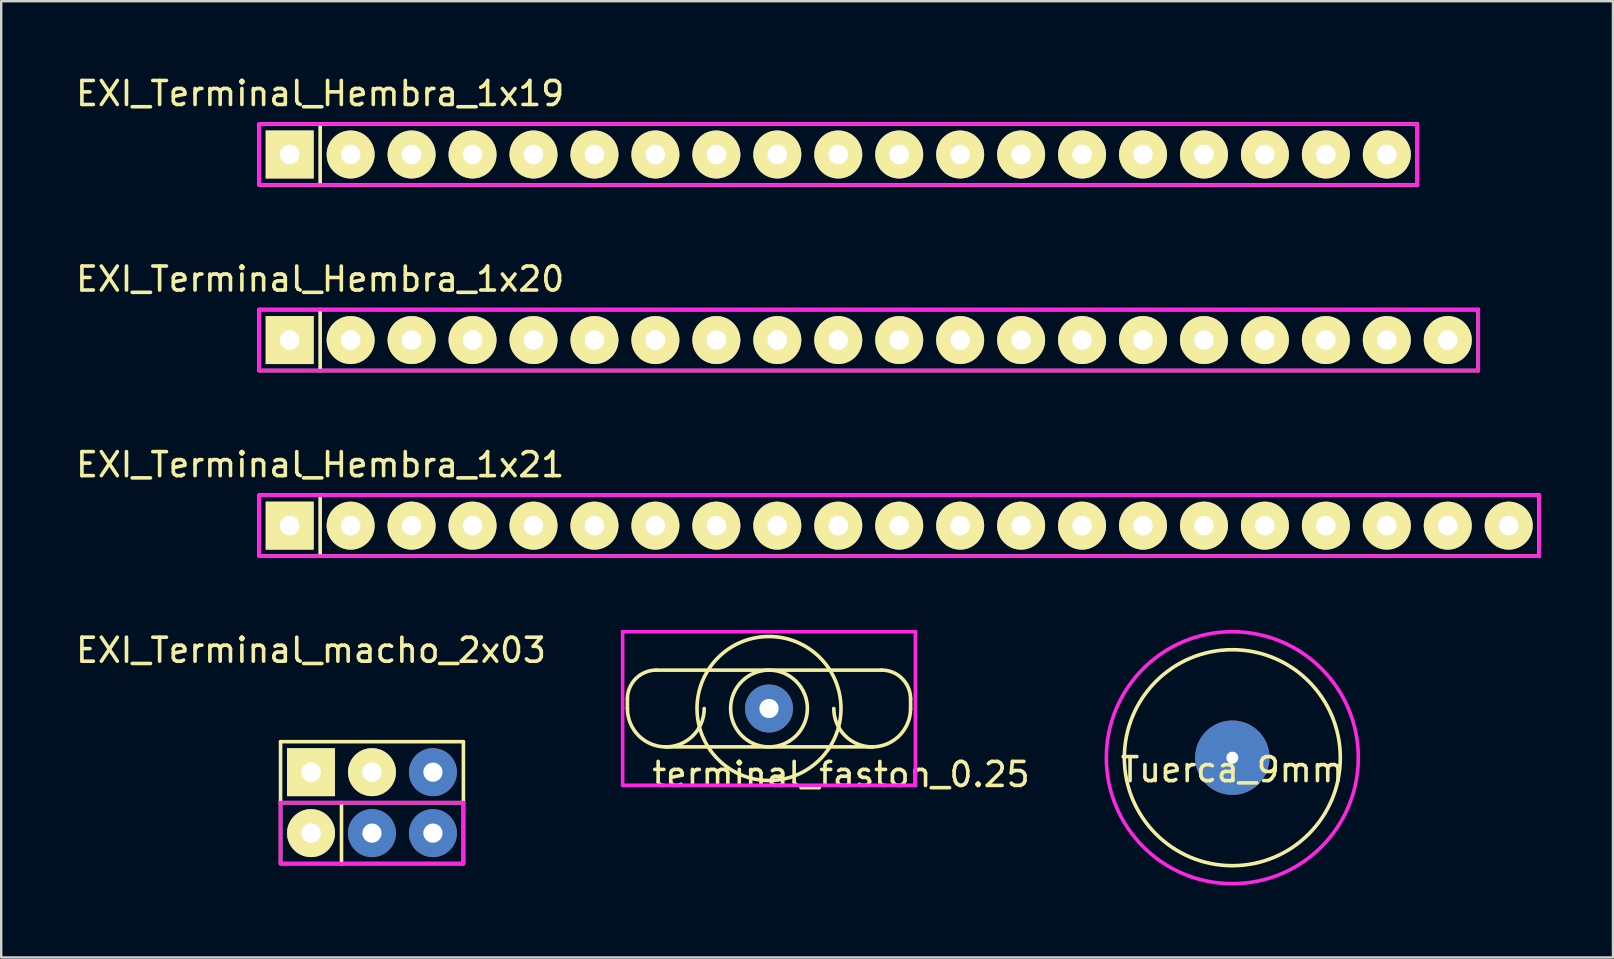
<source format=kicad_pcb>
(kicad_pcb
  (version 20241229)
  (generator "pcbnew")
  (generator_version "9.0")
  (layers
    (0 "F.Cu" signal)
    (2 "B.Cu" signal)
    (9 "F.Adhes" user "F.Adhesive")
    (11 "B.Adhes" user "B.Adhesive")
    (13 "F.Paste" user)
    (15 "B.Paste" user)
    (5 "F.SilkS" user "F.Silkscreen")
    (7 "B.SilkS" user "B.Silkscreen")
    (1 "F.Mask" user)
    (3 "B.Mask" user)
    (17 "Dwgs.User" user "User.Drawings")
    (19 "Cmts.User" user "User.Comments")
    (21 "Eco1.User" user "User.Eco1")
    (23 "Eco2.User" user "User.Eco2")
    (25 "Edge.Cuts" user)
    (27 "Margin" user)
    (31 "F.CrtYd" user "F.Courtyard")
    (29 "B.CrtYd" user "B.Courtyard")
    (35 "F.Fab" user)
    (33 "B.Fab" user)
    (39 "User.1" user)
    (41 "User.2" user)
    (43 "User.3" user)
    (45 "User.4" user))
  (footprint "EXI_Terminal_macho_2x03"
    (layer "F.Cu")
    (at 12.451 31.668)
    (property "Reference" "EXI_Terminal_macho_2x03" (at -2.54 -7.62 0) (layer "F.SilkS") (effects (font (size 1 1) (thickness 0.15))))
    (attr through_hole)
    (fp_line (start -3.81 -3.81) (end -3.81 -1.27) (stroke (width 0.15) (type solid)) (layer "F.SilkS"))
    (fp_line (start -3.81 -3.81) (end 3.81 -3.81) (stroke (width 0.15) (type solid)) (layer "F.SilkS"))
    (fp_line (start -3.81 -1.27) (end -3.81 1.27) (stroke (width 0.15) (type solid)) (layer "F.SilkS"))
    (fp_line (start -3.81 1.27) (end -1.27 1.27) (stroke (width 0.15) (type solid)) (layer "F.SilkS"))
    (fp_line (start -1.27 -1.27) (end -3.81 -1.27) (stroke (width 0.15) (type solid)) (layer "F.SilkS"))
    (fp_line (start -1.27 -1.27) (end 3.81 -1.27) (stroke (width 0.15) (type solid)) (layer "F.SilkS"))
    (fp_line (start -1.27 1.27) (end -1.27 -1.27) (stroke (width 0.15) (type solid)) (layer "F.SilkS"))
    (fp_line (start 3.81 -3.81) (end 3.81 -1.27) (stroke (width 0.15) (type solid)) (layer "F.SilkS"))
    (fp_line (start 3.81 -1.27) (end 3.81 1.27) (stroke (width 0.15) (type solid)) (layer "F.SilkS"))
    (fp_line (start 3.81 1.27) (end -1.27 1.27) (stroke (width 0.15) (type solid)) (layer "F.SilkS"))
    (fp_line (start -3.81 -1.27) (end 3.81 -1.27) (stroke (width 0.15) (type solid)) (layer "F.CrtYd"))
    (fp_line (start -3.81 1.27) (end -3.81 -1.27) (stroke (width 0.15) (type solid)) (layer "F.CrtYd"))
    (fp_line (start 3.81 1.27) (end -3.81 1.27) (stroke (width 0.15) (type solid)) (layer "F.CrtYd"))
    (fp_line (start 3.81 1.27) (end 3.81 -1.27) (stroke (width 0.15) (type solid)) (layer "F.CrtYd"))
    (fp_line (start 3.81 1.27) (end 3.81 -1.27) (stroke (width 0.15) (type solid)) (layer "F.CrtYd"))
    (pad "1" thru_hole rect (at -2.54 -2.54) (size 1.999 1.999) (drill 0.813) (layers "*.Cu" "*.Mask" "F.SilkS"))
    (pad "2" thru_hole circle (at -2.54 0) (size 1.999 1.999) (drill 0.813) (layers "*.Cu" "*.Mask" "F.SilkS"))
    (pad "3" thru_hole circle (at 0 -2.54) (size 1.999 1.999) (drill 0.813) (layers "*.Cu" "*.Mask" "F.SilkS"))
    (pad "4" thru_hole circle (at 0 0) (size 2 2) (drill 0.8) (layers "*.Cu" "*.Mask"))
    (pad "5" thru_hole circle (at 2.54 -2.54) (size 2 2) (drill 0.8) (layers "*.Cu" "*.Mask"))
    (pad "6" thru_hole circle (at 2.54 0) (size 2 2) (drill 0.8) (layers "*.Cu" "*.Mask")))
  (footprint "Tuerca_9mm"
    (layer "F.Cu")
    (at 48.304 28.525)
    (property "Reference" "Tuerca_9mm" (at 0 0.5 0) (layer "F.SilkS") (effects (font (size 1 1) (thickness 0.15))))
    (attr through_hole)
    (fp_circle (center 0 0) (end 4.5 0) (stroke (width 0.15) (type solid)) (fill no) (layer "F.SilkS"))
    (fp_circle (center 0 0) (end 5.25 0) (stroke (width 0.15) (type solid)) (fill no) (layer "F.CrtYd"))
    (pad "1" thru_hole circle (at 0 0) (size 3.1 3.1) (drill 0.5) (layers "*.Mask" "B.Cu")))
  (footprint "EXI_Terminal_Hembra_1x21"
    (layer "F.Cu")
    (at 34.422 18.855)
    (property "Reference" "EXI_Terminal_Hembra_1x21" (at -24.13 -2.54 0) (layer "F.SilkS") (effects (font (size 1 1) (thickness 0.15))))
    (attr through_hole)
    (fp_line (start -26.67 -1.27) (end -26.67 1.27) (stroke (width 0.15) (type solid)) (layer "F.SilkS"))
    (fp_line (start -26.67 1.27) (end -24.13 1.27) (stroke (width 0.15) (type solid)) (layer "F.SilkS"))
    (fp_line (start -24.13 -1.27) (end -26.67 -1.27) (stroke (width 0.15) (type solid)) (layer "F.SilkS"))
    (fp_line (start -24.13 1.27) (end -24.13 -1.27) (stroke (width 0.15) (type solid)) (layer "F.SilkS"))
    (fp_line (start -24.13 1.27) (end 26.67 1.27) (stroke (width 0.15) (type solid)) (layer "F.SilkS"))
    (fp_line (start 26.67 -1.27) (end -24.13 -1.27) (stroke (width 0.15) (type solid)) (layer "F.SilkS"))
    (fp_line (start 26.67 -1.27) (end 26.67 1.27) (stroke (width 0.15) (type solid)) (layer "F.SilkS"))
    (fp_line (start -26.67 -1.27) (end 26.67 -1.27) (stroke (width 0.15) (type solid)) (layer "F.CrtYd"))
    (fp_line (start -26.67 1.27) (end -26.67 -1.27) (stroke (width 0.15) (type solid)) (layer "F.CrtYd"))
    (fp_line (start 26.67 1.27) (end -26.67 1.27) (stroke (width 0.15) (type solid)) (layer "F.CrtYd"))
    (fp_line (start 26.67 1.27) (end 26.67 -1.27) (stroke (width 0.15) (type solid)) (layer "F.CrtYd"))
    (pad "1" thru_hole rect (at -25.4 0) (size 1.999 1.999) (drill 0.813) (layers "*.Cu" "*.Mask" "F.SilkS"))
    (pad "2" thru_hole circle (at -22.86 0) (size 1.999 1.999) (drill 0.813) (layers "*.Cu" "*.Mask" "F.SilkS"))
    (pad "3" thru_hole circle (at -20.32 0) (size 1.999 1.999) (drill 0.813) (layers "*.Cu" "*.Mask" "F.SilkS"))
    (pad "4" thru_hole circle (at -17.78 0) (size 1.999 1.999) (drill 0.813) (layers "*.Cu" "*.Mask" "F.SilkS"))
    (pad "5" thru_hole circle (at -15.24 0) (size 1.999 1.999) (drill 0.813) (layers "*.Cu" "*.Mask" "F.SilkS"))
    (pad "6" thru_hole circle (at -12.7 0) (size 1.999 1.999) (drill 0.813) (layers "*.Cu" "*.Mask" "F.SilkS"))
    (pad "7" thru_hole circle (at -10.16 0) (size 1.999 1.999) (drill 0.813) (layers "*.Cu" "*.Mask" "F.SilkS"))
    (pad "8" thru_hole circle (at -7.62 0) (size 1.999 1.999) (drill 0.813) (layers "*.Cu" "*.Mask" "F.SilkS"))
    (pad "9" thru_hole circle (at -5.08 0) (size 1.999 1.999) (drill 0.813) (layers "*.Cu" "*.Mask" "F.SilkS"))
    (pad "10" thru_hole circle (at -2.54 0) (size 1.999 1.999) (drill 0.813) (layers "*.Cu" "*.Mask" "F.SilkS"))
    (pad "11" thru_hole circle (at 0 0) (size 1.999 1.999) (drill 0.813) (layers "*.Cu" "*.Mask" "F.SilkS"))
    (pad "12" thru_hole circle (at 2.54 0) (size 1.999 1.999) (drill 0.813) (layers "*.Cu" "*.Mask" "F.SilkS"))
    (pad "13" thru_hole circle (at 5.08 0) (size 1.999 1.999) (drill 0.813) (layers "*.Cu" "*.Mask" "F.SilkS"))
    (pad "14" thru_hole circle (at 7.62 0) (size 1.999 1.999) (drill 0.813) (layers "*.Cu" "*.Mask" "F.SilkS"))
    (pad "15" thru_hole circle (at 10.16 0) (size 1.999 1.999) (drill 0.813) (layers "*.Cu" "*.Mask" "F.SilkS"))
    (pad "16" thru_hole circle (at 12.7 0) (size 1.999 1.999) (drill 0.813) (layers "*.Cu" "*.Mask" "F.SilkS"))
    (pad "17" thru_hole circle (at 15.24 0) (size 1.999 1.999) (drill 0.813) (layers "*.Cu" "*.Mask" "F.SilkS"))
    (pad "18" thru_hole circle (at 17.78 0) (size 1.999 1.999) (drill 0.813) (layers "*.Cu" "*.Mask" "F.SilkS"))
    (pad "19" thru_hole circle (at 20.32 0) (size 1.999 1.999) (drill 0.813) (layers "*.Cu" "*.Mask" "F.SilkS"))
    (pad "20" thru_hole circle (at 22.86 0) (size 1.999 1.999) (drill 0.813) (layers "*.Cu" "*.Mask" "F.SilkS"))
    (pad "21" thru_hole circle (at 25.4 0) (size 1.999 1.999) (drill 0.813) (layers "*.Cu" "*.Mask" "F.SilkS")))
  (footprint "EXI_Terminal_Hembra_1x20"
    (layer "F.Cu")
    (at 33.152 11.121)
    (property "Reference" "EXI_Terminal_Hembra_1x20" (at -22.86 -2.54 0) (layer "F.SilkS") (effects (font (size 1 1) (thickness 0.15))))
    (attr through_hole)
    (fp_line (start -25.4 -1.27) (end -25.4 1.27) (stroke (width 0.15) (type solid)) (layer "F.SilkS"))
    (fp_line (start -25.4 1.27) (end -22.86 1.27) (stroke (width 0.15) (type solid)) (layer "F.SilkS"))
    (fp_line (start -22.86 -1.27) (end -25.4 -1.27) (stroke (width 0.15) (type solid)) (layer "F.SilkS"))
    (fp_line (start -22.86 -1.27) (end 25.4 -1.27) (stroke (width 0.15) (type solid)) (layer "F.SilkS"))
    (fp_line (start -22.86 1.27) (end -22.86 -1.27) (stroke (width 0.15) (type solid)) (layer "F.SilkS"))
    (fp_line (start 25.4 -1.27) (end 25.4 1.27) (stroke (width 0.15) (type solid)) (layer "F.SilkS"))
    (fp_line (start 25.4 1.27) (end -22.86 1.27) (stroke (width 0.15) (type solid)) (layer "F.SilkS"))
    (fp_line (start -25.4 -1.27) (end 25.4 -1.27) (stroke (width 0.15) (type solid)) (layer "F.CrtYd"))
    (fp_line (start -25.4 1.27) (end -25.4 -1.27) (stroke (width 0.15) (type solid)) (layer "F.CrtYd"))
    (fp_line (start 25.4 1.27) (end -25.4 1.27) (stroke (width 0.15) (type solid)) (layer "F.CrtYd"))
    (fp_line (start 25.4 1.27) (end 25.4 -1.27) (stroke (width 0.15) (type solid)) (layer "F.CrtYd"))
    (pad "1" thru_hole rect (at -24.13 0) (size 1.999 1.999) (drill 0.813) (layers "*.Cu" "*.Mask" "F.SilkS"))
    (pad "2" thru_hole circle (at -21.59 0) (size 1.999 1.999) (drill 0.813) (layers "*.Cu" "*.Mask" "F.SilkS"))
    (pad "3" thru_hole circle (at -19.05 0) (size 1.999 1.999) (drill 0.813) (layers "*.Cu" "*.Mask" "F.SilkS"))
    (pad "4" thru_hole circle (at -16.51 0) (size 1.999 1.999) (drill 0.813) (layers "*.Cu" "*.Mask" "F.SilkS"))
    (pad "5" thru_hole circle (at -13.97 0) (size 1.999 1.999) (drill 0.813) (layers "*.Cu" "*.Mask" "F.SilkS"))
    (pad "6" thru_hole circle (at -11.43 0) (size 1.999 1.999) (drill 0.813) (layers "*.Cu" "*.Mask" "F.SilkS"))
    (pad "7" thru_hole circle (at -8.89 0) (size 1.999 1.999) (drill 0.813) (layers "*.Cu" "*.Mask" "F.SilkS"))
    (pad "8" thru_hole circle (at -6.35 0) (size 1.999 1.999) (drill 0.813) (layers "*.Cu" "*.Mask" "F.SilkS"))
    (pad "9" thru_hole circle (at -3.81 0) (size 1.999 1.999) (drill 0.813) (layers "*.Cu" "*.Mask" "F.SilkS"))
    (pad "10" thru_hole circle (at -1.27 0) (size 1.999 1.999) (drill 0.813) (layers "*.Cu" "*.Mask" "F.SilkS"))
    (pad "11" thru_hole circle (at 1.27 0) (size 1.999 1.999) (drill 0.813) (layers "*.Cu" "*.Mask" "F.SilkS"))
    (pad "12" thru_hole circle (at 3.81 0) (size 1.999 1.999) (drill 0.813) (layers "*.Cu" "*.Mask" "F.SilkS"))
    (pad "13" thru_hole circle (at 6.35 0) (size 1.999 1.999) (drill 0.813) (layers "*.Cu" "*.Mask" "F.SilkS"))
    (pad "14" thru_hole circle (at 8.89 0) (size 1.999 1.999) (drill 0.813) (layers "*.Cu" "*.Mask" "F.SilkS"))
    (pad "15" thru_hole circle (at 11.43 0) (size 1.999 1.999) (drill 0.813) (layers "*.Cu" "*.Mask" "F.SilkS"))
    (pad "16" thru_hole circle (at 13.97 0) (size 1.999 1.999) (drill 0.813) (layers "*.Cu" "*.Mask" "F.SilkS"))
    (pad "17" thru_hole circle (at 16.51 0) (size 1.999 1.999) (drill 0.813) (layers "*.Cu" "*.Mask" "F.SilkS"))
    (pad "18" thru_hole circle (at 19.05 0) (size 1.999 1.999) (drill 0.813) (layers "*.Cu" "*.Mask" "F.SilkS"))
    (pad "19" thru_hole circle (at 21.59 0) (size 1.999 1.999) (drill 0.813) (layers "*.Cu" "*.Mask" "F.SilkS"))
    (pad "20" thru_hole circle (at 24.13 0) (size 1.999 1.999) (drill 0.813) (layers "*.Cu" "*.Mask" "F.SilkS")))
  (footprint "EXI_Terminal_Hembra_1x19"
    (layer "F.Cu")
    (at 31.882 3.388)
    (property "Reference" "EXI_Terminal_Hembra_1x19" (at -21.59 -2.54 0) (layer "F.SilkS") (effects (font (size 1 1) (thickness 0.15))))
    (attr through_hole)
    (fp_line (start -24.13 -1.27) (end -24.13 1.27) (stroke (width 0.15) (type solid)) (layer "F.SilkS"))
    (fp_line (start -24.13 1.27) (end -21.59 1.27) (stroke (width 0.15) (type solid)) (layer "F.SilkS"))
    (fp_line (start -21.59 -1.27) (end -24.13 -1.27) (stroke (width 0.15) (type solid)) (layer "F.SilkS"))
    (fp_line (start -21.59 -1.27) (end 24.13 -1.27) (stroke (width 0.15) (type solid)) (layer "F.SilkS"))
    (fp_line (start -21.59 1.27) (end -21.59 -1.27) (stroke (width 0.15) (type solid)) (layer "F.SilkS"))
    (fp_line (start -20.32 1.27) (end -21.59 1.27) (stroke (width 0.15) (type solid)) (layer "F.SilkS"))
    (fp_line (start 24.13 -1.27) (end 24.13 1.27) (stroke (width 0.15) (type solid)) (layer "F.SilkS"))
    (fp_line (start 24.13 1.27) (end -20.32 1.27) (stroke (width 0.15) (type solid)) (layer "F.SilkS"))
    (fp_line (start -24.13 -1.27) (end 24.13 -1.27) (stroke (width 0.15) (type solid)) (layer "F.CrtYd"))
    (fp_line (start -24.13 1.27) (end -24.13 -1.27) (stroke (width 0.15) (type solid)) (layer "F.CrtYd"))
    (fp_line (start 24.13 1.27) (end -24.13 1.27) (stroke (width 0.15) (type solid)) (layer "F.CrtYd"))
    (fp_line (start 24.13 1.27) (end 24.13 -1.27) (stroke (width 0.15) (type solid)) (layer "F.CrtYd"))
    (pad "1" thru_hole rect (at -22.86 0) (size 1.999 1.999) (drill 0.813) (layers "*.Cu" "*.Mask" "F.SilkS"))
    (pad "2" thru_hole circle (at -20.32 0) (size 1.999 1.999) (drill 0.813) (layers "*.Cu" "*.Mask" "F.SilkS"))
    (pad "3" thru_hole circle (at -17.78 0) (size 1.999 1.999) (drill 0.813) (layers "*.Cu" "*.Mask" "F.SilkS"))
    (pad "4" thru_hole circle (at -15.24 0) (size 1.999 1.999) (drill 0.813) (layers "*.Cu" "*.Mask" "F.SilkS"))
    (pad "5" thru_hole circle (at -12.7 0) (size 1.999 1.999) (drill 0.813) (layers "*.Cu" "*.Mask" "F.SilkS"))
    (pad "6" thru_hole circle (at -10.16 0) (size 1.999 1.999) (drill 0.813) (layers "*.Cu" "*.Mask" "F.SilkS"))
    (pad "7" thru_hole circle (at -7.62 0) (size 1.999 1.999) (drill 0.813) (layers "*.Cu" "*.Mask" "F.SilkS"))
    (pad "8" thru_hole circle (at -5.08 0) (size 1.999 1.999) (drill 0.813) (layers "*.Cu" "*.Mask" "F.SilkS"))
    (pad "9" thru_hole circle (at -2.54 0) (size 1.999 1.999) (drill 0.813) (layers "*.Cu" "*.Mask" "F.SilkS"))
    (pad "10" thru_hole circle (at 0 0) (size 1.999 1.999) (drill 0.813) (layers "*.Cu" "*.Mask" "F.SilkS"))
    (pad "11" thru_hole circle (at 2.54 0) (size 1.999 1.999) (drill 0.813) (layers "*.Cu" "*.Mask" "F.SilkS"))
    (pad "12" thru_hole circle (at 5.08 0) (size 1.999 1.999) (drill 0.813) (layers "*.Cu" "*.Mask" "F.SilkS"))
    (pad "13" thru_hole circle (at 7.62 0) (size 1.999 1.999) (drill 0.813) (layers "*.Cu" "*.Mask" "F.SilkS"))
    (pad "14" thru_hole circle (at 10.16 0) (size 1.999 1.999) (drill 0.813) (layers "*.Cu" "*.Mask" "F.SilkS"))
    (pad "15" thru_hole circle (at 12.7 0) (size 1.999 1.999) (drill 0.813) (layers "*.Cu" "*.Mask" "F.SilkS"))
    (pad "16" thru_hole circle (at 15.24 0) (size 1.999 1.999) (drill 0.813) (layers "*.Cu" "*.Mask" "F.SilkS"))
    (pad "17" thru_hole circle (at 17.78 0) (size 1.999 1.999) (drill 0.813) (layers "*.Cu" "*.Mask" "F.SilkS"))
    (pad "18" thru_hole circle (at 20.32 0) (size 1.999 1.999) (drill 0.813) (layers "*.Cu" "*.Mask" "F.SilkS"))
    (pad "19" thru_hole circle (at 22.86 0) (size 1.999 1.999) (drill 0.813) (layers "*.Cu" "*.Mask" "F.SilkS")))
  (footprint "terminal_faston_0.25"
    (layer "F.Cu")
    (at 28.996 26.475)
    (property "Reference" "terminal_faston_0.25" (at 3 2.75 0) (layer "F.SilkS") (effects (font (size 1 1) (thickness 0.15))))
    (attr through_hole)
    (fp_line (start -5.9 -0.4) (end -5.9 0) (stroke (width 0.15) (type solid)) (layer "F.SilkS"))
    (fp_line (start -4.7 -1.6) (end 4.7 -1.6) (stroke (width 0.15) (type solid)) (layer "F.SilkS"))
    (fp_line (start 4.3 1.6) (end -4.3 1.6) (stroke (width 0.15) (type solid)) (layer "F.SilkS"))
    (fp_line (start 5.9 -0.4) (end 5.9 0) (stroke (width 0.15) (type solid)) (layer "F.SilkS"))
    (fp_arc (start -5.9 -0.4) (mid -5.548528 -1.248528) (end -4.7 -1.6) (stroke (width 0.15) (type solid)) (layer "F.SilkS"))
    (fp_arc (start -4.3 1.6) (mid -5.431371 1.131371) (end -5.9 0) (stroke (width 0.15) (type solid)) (layer "F.SilkS"))
    (fp_arc (start -2.7 0) (mid -3.168629 1.131371) (end -4.3 1.6) (stroke (width 0.15) (type solid)) (layer "F.SilkS"))
    (fp_arc (start 4.3 1.6) (mid 3.168629 1.131371) (end 2.7 0) (stroke (width 0.15) (type solid)) (layer "F.SilkS"))
    (fp_arc (start 4.7 -1.6) (mid 5.548528 -1.248528) (end 5.9 -0.4) (stroke (width 0.15) (type solid)) (layer "F.SilkS"))
    (fp_arc (start 5.9 0) (mid 5.431371 1.131371) (end 4.3 1.6) (stroke (width 0.15) (type solid)) (layer "F.SilkS"))
    (fp_circle (center 0 0) (end 0 -3) (stroke (width 0.15) (type solid)) (fill no) (layer "F.SilkS"))
    (fp_circle (center 0 0) (end 1.6 0) (stroke (width 0.15) (type solid)) (fill no) (layer "F.SilkS"))
    (fp_line (start -6.1 -3.2) (end -6.1 3.2) (stroke (width 0.15) (type solid)) (layer "F.CrtYd"))
    (fp_line (start -6.1 3.2) (end 6.1 3.2) (stroke (width 0.15) (type solid)) (layer "F.CrtYd"))
    (fp_line (start 6.1 -3.2) (end -6.1 -3.2) (stroke (width 0.15) (type solid)) (layer "F.CrtYd"))
    (fp_line (start 6.1 -3.2) (end 6.1 3.2) (stroke (width 0.15) (type solid)) (layer "F.CrtYd"))
    (pad "1" thru_hole circle (at 0 0) (size 2 2) (drill 0.8) (layers "*.Cu" "*.Mask")))
  (gr_rect
    (start -3 -3)
    (end 64.167 36.85)
    (stroke (width 0.1) (type default))
    (fill no)
    (layer "Edge.Cuts")))
</source>
